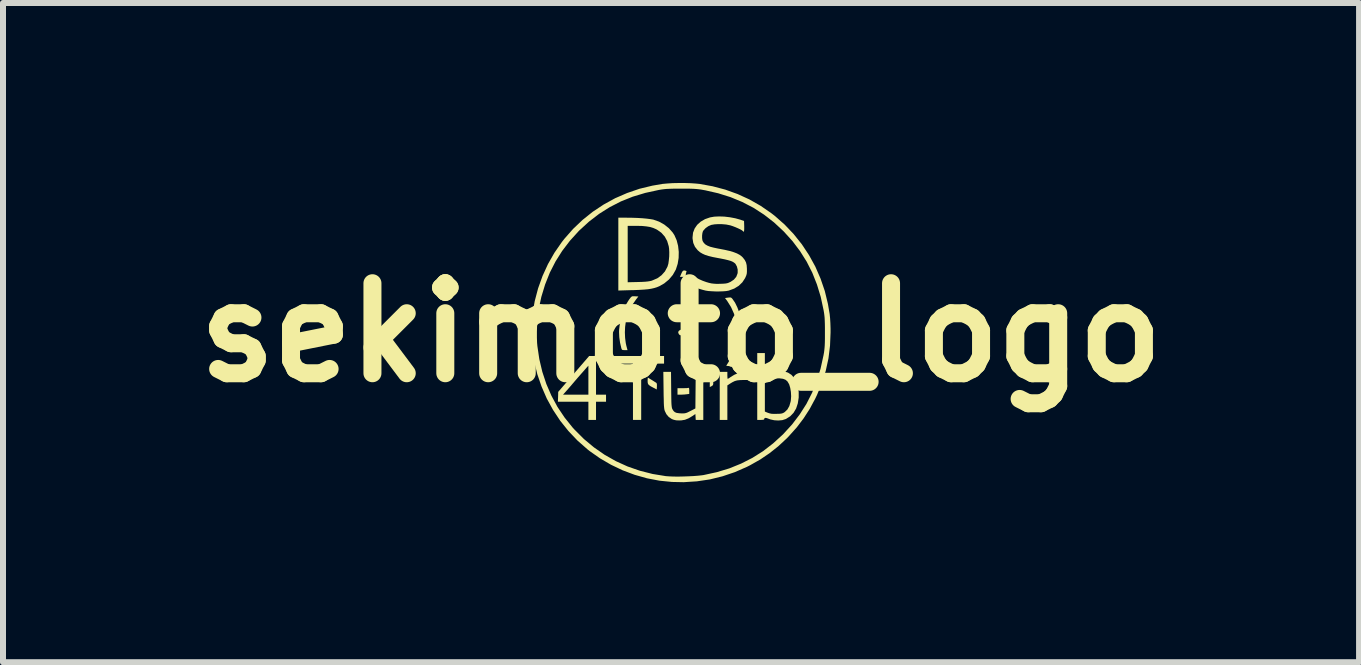
<source format=kicad_pcb>
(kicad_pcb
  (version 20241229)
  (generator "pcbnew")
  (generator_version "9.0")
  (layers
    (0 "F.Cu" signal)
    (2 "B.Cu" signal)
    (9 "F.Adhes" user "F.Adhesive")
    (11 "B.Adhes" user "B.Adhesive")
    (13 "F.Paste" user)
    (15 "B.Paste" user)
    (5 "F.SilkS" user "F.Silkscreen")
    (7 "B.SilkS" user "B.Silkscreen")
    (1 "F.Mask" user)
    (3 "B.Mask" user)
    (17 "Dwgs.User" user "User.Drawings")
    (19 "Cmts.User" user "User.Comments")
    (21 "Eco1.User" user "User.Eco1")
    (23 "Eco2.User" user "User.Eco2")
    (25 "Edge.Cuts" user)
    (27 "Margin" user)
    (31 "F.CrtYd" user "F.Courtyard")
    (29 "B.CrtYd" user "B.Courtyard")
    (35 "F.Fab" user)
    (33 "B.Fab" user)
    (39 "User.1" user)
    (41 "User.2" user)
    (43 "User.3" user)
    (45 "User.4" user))
  (footprint "sekimoto_logo"
    (layer "F.Cu")
    (at 8.3 2.492)
    (property "Reference" "sekimoto_logo" (at 0 0 0) (layer "F.SilkS") (effects (font (size 1.5 1.5) (thickness 0.3))))
    (attr board_only exclude_from_pos_files exclude_from_bom)
    (fp_poly (pts (xy 0.019 -0.043) (xy 0.033 -0.031) (xy 0.047 -0.005) (xy 0.043 0.019) (xy 0.031 0.033) (xy 0.005 0.047) (xy -0.019 0.043) (xy -0.033 0.031) (xy -0.047 0.005) (xy -0.043 -0.019) (xy -0.031 -0.033) (xy -0.005 -0.047)) (stroke (width 0) (type solid)) (fill yes) (layer "F.SilkS"))
    (fp_poly (pts (xy 0.537 0.82) (xy 0.537 0.853) (xy 0.533 0.873) (xy 0.524 0.884) (xy 0.508 0.894) (xy 0.479 0.909) (xy 0.479 0.852) (xy 0.48 0.82) (xy 0.484 0.8) (xy 0.494 0.788) (xy 0.508 0.778) (xy 0.537 0.761)) (stroke (width 0) (type solid)) (fill yes) (layer "F.SilkS"))
    (fp_poly (pts (xy 0.074 -1.031) (xy 0.09 -1.025) (xy 0.091 -1.013) (xy 0.088 -1.007) (xy 0.081 -0.983) (xy 0.078 -0.958) (xy 0.077 -0.94) (xy 0.071 -0.931) (xy 0.053 -0.928) (xy 0.03 -0.928) (xy -0.018 -0.928) (xy 0.003 -0.978) (xy 0.019 -1.012) (xy 0.034 -1.03) (xy 0.052 -1.035)) (stroke (width 0) (type solid)) (fill yes) (layer "F.SilkS"))
    (fp_poly (pts (xy -0.283 0.454) (xy -0.283 0.518) (xy -0.474 0.518) (xy -0.664 0.518) (xy -0.664 0.987) (xy -0.664 1.456) (xy -0.733 1.456) (xy -0.801 1.456) (xy -0.801 0.987) (xy -0.801 0.518) (xy -0.992 0.518) (xy -1.182 0.518) (xy -1.182 0.454) (xy -1.182 0.391) (xy -0.733 0.391) (xy -0.283 0.391)) (stroke (width 0) (type solid)) (fill yes) (layer "F.SilkS"))
    (fp_poly (pts (xy 0.135 0.932) (xy 0.137 0.956) (xy 0.137 0.97) (xy 0.137 1.023) (xy 0.091 1.029) (xy 0.053 1.033) (xy 0.01 1.035) (xy -0.006 1.036) (xy -0.059 1.036) (xy -0.059 0.982) (xy -0.059 0.928) (xy 0.024 0.928) (xy 0.063 0.927) (xy 0.097 0.926) (xy 0.118 0.923) (xy 0.121 0.922) (xy 0.13 0.922)) (stroke (width 0) (type solid)) (fill yes) (layer "F.SilkS"))
    (fp_poly (pts (xy -0.542 0.757) (xy -0.521 0.77) (xy -0.492 0.788) (xy -0.49 0.789) (xy -0.458 0.809) (xy -0.432 0.826) (xy -0.416 0.835) (xy -0.406 0.846) (xy -0.402 0.866) (xy -0.402 0.897) (xy -0.405 0.949) (xy -0.464 0.918) (xy -0.505 0.896) (xy -0.532 0.877) (xy -0.548 0.86) (xy -0.555 0.839) (xy -0.557 0.811) (xy -0.557 0.804) (xy -0.556 0.775) (xy -0.554 0.757) (xy -0.552 0.752)) (stroke (width 0) (type solid)) (fill yes) (layer "F.SilkS"))
    (fp_poly (pts (xy 0.772 0.713) (xy 0.773 0.744) (xy 0.775 0.765) (xy 0.777 0.772) (xy 0.788 0.767) (xy 0.809 0.754) (xy 0.826 0.742) (xy 0.886 0.705) (xy 0.94 0.681) (xy 0.997 0.668) (xy 1.062 0.663) (xy 1.092 0.663) (xy 1.133 0.664) (xy 1.133 0.728) (xy 1.133 0.791) (xy 1.035 0.791) (xy 0.978 0.793) (xy 0.934 0.798) (xy 0.895 0.809) (xy 0.856 0.828) (xy 0.818 0.851) (xy 0.772 0.881) (xy 0.772 1.168) (xy 0.772 1.456) (xy 0.708 1.456) (xy 0.645 1.456) (xy 0.645 1.055) (xy 0.645 0.655) (xy 0.708 0.655) (xy 0.772 0.655)) (stroke (width 0) (type solid)) (fill yes) (layer "F.SilkS"))
    (fp_poly (pts (xy -0.767 -0.604) (xy -0.767 -0.604) (xy -0.711 -0.601) (xy -0.749 -0.552) (xy -0.816 -0.456) (xy -0.867 -0.354) (xy -0.905 -0.242) (xy -0.921 -0.176) (xy -0.932 -0.094) (xy -0.936 -0.003) (xy -0.932 0.09) (xy -0.921 0.176) (xy -0.911 0.222) (xy -0.892 0.293) (xy -0.939 0.293) (xy -0.967 0.292) (xy -0.983 0.287) (xy -0.991 0.273) (xy -0.996 0.256) (xy -1.016 0.17) (xy -1.029 0.079) (xy -1.033 -0.007) (xy -1.032 -0.044) (xy -1.022 -0.128) (xy -1.004 -0.218) (xy -0.979 -0.308) (xy -0.949 -0.392) (xy -0.916 -0.467) (xy -0.886 -0.518) (xy -0.86 -0.557) (xy -0.841 -0.582) (xy -0.826 -0.597) (xy -0.811 -0.604) (xy -0.793 -0.605)) (stroke (width 0) (type solid)) (fill yes) (layer "F.SilkS"))
    (fp_poly (pts (xy 0.832 -0.583) (xy 0.846 -0.573) (xy 0.857 -0.56) (xy 0.9 -0.498) (xy 0.938 -0.42) (xy 0.972 -0.331) (xy 1 -0.237) (xy 1.02 -0.141) (xy 1.031 -0.048) (xy 1.032 0.038) (xy 1.032 0.044) (xy 1.022 0.131) (xy 1.003 0.223) (xy 0.977 0.315) (xy 0.946 0.402) (xy 0.91 0.478) (xy 0.885 0.521) (xy 0.864 0.552) (xy 0.85 0.569) (xy 0.839 0.574) (xy 0.828 0.571) (xy 0.821 0.567) (xy 0.8 0.559) (xy 0.778 0.557) (xy 0.759 0.556) (xy 0.756 0.549) (xy 0.765 0.535) (xy 0.834 0.422) (xy 0.885 0.306) (xy 0.919 0.182) (xy 0.919 0.181) (xy 0.936 0.057) (xy 0.935 -0.069) (xy 0.917 -0.193) (xy 0.883 -0.313) (xy 0.833 -0.425) (xy 0.769 -0.527) (xy 0.76 -0.539) (xy 0.733 -0.575) (xy 0.783 -0.582) (xy 0.814 -0.585)) (stroke (width 0) (type solid)) (fill yes) (layer "F.SilkS"))
    (fp_poly (pts (xy -1.417 0.713) (xy -1.417 1.036) (xy -1.333 1.036) (xy -1.25 1.036) (xy -1.25 1.094) (xy -1.25 1.153) (xy -1.333 1.153) (xy -1.417 1.153) (xy -1.417 1.304) (xy -1.417 1.456) (xy -1.48 1.456) (xy -1.544 1.456) (xy -1.544 1.304) (xy -1.544 1.153) (xy -1.798 1.153) (xy -2.052 1.153) (xy -2.049 1.071) (xy -2.048 1.036) (xy -1.967 1.036) (xy -1.755 1.036) (xy -1.544 1.036) (xy -1.544 0.794) (xy -1.544 0.552) (xy -1.567 0.577) (xy -1.579 0.591) (xy -1.602 0.617) (xy -1.634 0.654) (xy -1.673 0.698) (xy -1.717 0.748) (xy -1.754 0.791) (xy -1.8 0.845) (xy -1.842 0.894) (xy -1.88 0.938) (xy -1.911 0.973) (xy -1.933 0.998) (xy -1.943 1.009) (xy -1.967 1.036) (xy -2.048 1.036) (xy -2.047 0.989) (xy -1.789 0.69) (xy -1.531 0.391) (xy -1.474 0.391) (xy -1.417 0.391)) (stroke (width 0) (type solid)) (fill yes) (layer "F.SilkS"))
    (fp_poly (pts (xy -0.164 0.95) (xy -0.163 1.036) (xy -0.162 1.105) (xy -0.161 1.158) (xy -0.159 1.199) (xy -0.156 1.229) (xy -0.153 1.25) (xy -0.149 1.265) (xy -0.145 1.275) (xy -0.125 1.307) (xy -0.103 1.327) (xy -0.074 1.339) (xy -0.033 1.345) (xy -0.006 1.347) (xy 0.032 1.348) (xy 0.06 1.346) (xy 0.084 1.341) (xy 0.112 1.33) (xy 0.149 1.311) (xy 0.156 1.308) (xy 0.239 1.265) (xy 0.242 0.96) (xy 0.245 0.655) (xy 0.308 0.655) (xy 0.371 0.655) (xy 0.371 1.055) (xy 0.371 1.456) (xy 0.308 1.456) (xy 0.245 1.456) (xy 0.242 1.407) (xy 0.239 1.358) (xy 0.186 1.394) (xy 0.123 1.431) (xy 0.065 1.454) (xy 0.004 1.464) (xy -0.032 1.465) (xy -0.081 1.463) (xy -0.121 1.454) (xy -0.153 1.442) (xy -0.204 1.408) (xy -0.244 1.361) (xy -0.27 1.308) (xy -0.275 1.293) (xy -0.279 1.275) (xy -0.282 1.25) (xy -0.285 1.217) (xy -0.287 1.173) (xy -0.288 1.117) (xy -0.29 1.046) (xy -0.291 0.96) (xy -0.295 0.655) (xy -0.231 0.655) (xy -0.167 0.655)) (stroke (width 0) (type solid)) (fill yes) (layer "F.SilkS"))
    (fp_poly (pts (xy -0.916 -1.914) (xy -0.822 -1.913) (xy -0.731 -1.91) (xy -0.646 -1.905) (xy -0.571 -1.898) (xy -0.509 -1.89) (xy -0.463 -1.882) (xy -0.459 -1.881) (xy -0.366 -1.848) (xy -0.28 -1.8) (xy -0.203 -1.739) (xy -0.14 -1.668) (xy -0.11 -1.622) (xy -0.073 -1.538) (xy -0.049 -1.444) (xy -0.038 -1.344) (xy -0.04 -1.243) (xy -0.056 -1.145) (xy -0.085 -1.054) (xy -0.088 -1.047) (xy -0.137 -0.96) (xy -0.202 -0.883) (xy -0.281 -0.818) (xy -0.362 -0.772) (xy -0.403 -0.755) (xy -0.445 -0.742) (xy -0.492 -0.731) (xy -0.548 -0.722) (xy -0.613 -0.716) (xy -0.693 -0.711) (xy -0.788 -0.707) (xy -0.812 -0.707) (xy -1.045 -0.7) (xy -1.045 -1.308) (xy -1.045 -1.308) (xy -0.889 -1.308) (xy -0.889 -0.838) (xy -0.716 -0.842) (xy -0.648 -0.844) (xy -0.596 -0.847) (xy -0.556 -0.851) (xy -0.524 -0.856) (xy -0.495 -0.862) (xy -0.479 -0.868) (xy -0.395 -0.904) (xy -0.325 -0.955) (xy -0.268 -1.019) (xy -0.227 -1.096) (xy -0.224 -1.104) (xy -0.211 -1.148) (xy -0.203 -1.206) (xy -0.197 -1.271) (xy -0.196 -1.337) (xy -0.199 -1.398) (xy -0.205 -1.438) (xy -0.231 -1.525) (xy -0.272 -1.6) (xy -0.328 -1.663) (xy -0.399 -1.713) (xy -0.413 -1.721) (xy -0.463 -1.743) (xy -0.516 -1.759) (xy -0.577 -1.769) (xy -0.648 -1.776) (xy -0.734 -1.778) (xy -0.745 -1.778) (xy -0.889 -1.778) (xy -0.889 -1.308) (xy -1.045 -1.308) (xy -1.045 -1.915)) (stroke (width 0) (type solid)) (fill yes) (layer "F.SilkS"))
    (fp_poly (pts (xy 1.397 0.542) (xy 1.397 0.602) (xy 1.398 0.655) (xy 1.399 0.698) (xy 1.4 0.728) (xy 1.402 0.742) (xy 1.402 0.742) (xy 1.412 0.737) (xy 1.432 0.724) (xy 1.447 0.713) (xy 1.511 0.677) (xy 1.582 0.653) (xy 1.655 0.644) (xy 1.724 0.649) (xy 1.783 0.668) (xy 1.84 0.705) (xy 1.887 0.758) (xy 1.924 0.824) (xy 1.948 0.902) (xy 1.961 0.991) (xy 1.961 1.084) (xy 1.946 1.181) (xy 1.918 1.266) (xy 1.875 1.338) (xy 1.819 1.396) (xy 1.749 1.44) (xy 1.744 1.442) (xy 1.688 1.46) (xy 1.622 1.466) (xy 1.554 1.462) (xy 1.489 1.448) (xy 1.47 1.441) (xy 1.43 1.426) (xy 1.404 1.422) (xy 1.39 1.428) (xy 1.387 1.441) (xy 1.383 1.449) (xy 1.368 1.454) (xy 1.338 1.456) (xy 1.329 1.456) (xy 1.27 1.456) (xy 1.27 0.899) (xy 1.27 0.845) (xy 1.397 0.845) (xy 1.397 1.081) (xy 1.397 1.317) (xy 1.448 1.338) (xy 1.479 1.348) (xy 1.51 1.354) (xy 1.55 1.356) (xy 1.594 1.355) (xy 1.639 1.354) (xy 1.67 1.351) (xy 1.692 1.345) (xy 1.712 1.336) (xy 1.73 1.324) (xy 1.773 1.282) (xy 1.805 1.225) (xy 1.826 1.153) (xy 1.83 1.13) (xy 1.835 1.061) (xy 1.831 0.99) (xy 1.82 0.923) (xy 1.803 0.866) (xy 1.798 0.856) (xy 1.773 0.814) (xy 1.741 0.787) (xy 1.7 0.771) (xy 1.645 0.764) (xy 1.643 0.763) (xy 1.584 0.765) (xy 1.53 0.776) (xy 1.475 0.799) (xy 1.439 0.82) (xy 1.397 0.845) (xy 1.27 0.845) (xy 1.27 0.342) (xy 1.333 0.342) (xy 1.397 0.342)) (stroke (width 0) (type solid)) (fill yes) (layer "F.SilkS"))
    (fp_poly (pts (xy 0.723 -1.932) (xy 0.815 -1.921) (xy 0.905 -1.904) (xy 0.988 -1.881) (xy 0.996 -1.878) (xy 1.05 -1.859) (xy 1.053 -1.77) (xy 1.053 -1.721) (xy 1.05 -1.69) (xy 1.043 -1.679) (xy 1.033 -1.687) (xy 1.031 -1.69) (xy 1.016 -1.703) (xy 0.988 -1.719) (xy 0.95 -1.737) (xy 0.906 -1.756) (xy 0.862 -1.773) (xy 0.822 -1.786) (xy 0.813 -1.788) (xy 0.754 -1.8) (xy 0.687 -1.806) (xy 0.619 -1.807) (xy 0.557 -1.803) (xy 0.506 -1.794) (xy 0.502 -1.793) (xy 0.454 -1.772) (xy 0.409 -1.74) (xy 0.375 -1.703) (xy 0.365 -1.688) (xy 0.356 -1.658) (xy 0.351 -1.617) (xy 0.351 -1.575) (xy 0.356 -1.538) (xy 0.362 -1.522) (xy 0.381 -1.492) (xy 0.406 -1.468) (xy 0.44 -1.448) (xy 0.485 -1.43) (xy 0.544 -1.415) (xy 0.619 -1.399) (xy 0.631 -1.397) (xy 0.73 -1.378) (xy 0.812 -1.359) (xy 0.879 -1.339) (xy 0.933 -1.318) (xy 0.976 -1.295) (xy 1.011 -1.269) (xy 1.031 -1.249) (xy 1.062 -1.209) (xy 1.083 -1.168) (xy 1.094 -1.121) (xy 1.098 -1.061) (xy 1.098 -1.055) (xy 1.098 -1.011) (xy 1.095 -0.979) (xy 1.087 -0.951) (xy 1.073 -0.919) (xy 1.067 -0.906) (xy 1.022 -0.837) (xy 0.962 -0.779) (xy 0.887 -0.733) (xy 0.798 -0.7) (xy 0.79 -0.698) (xy 0.752 -0.691) (xy 0.7 -0.687) (xy 0.639 -0.685) (xy 0.574 -0.685) (xy 0.511 -0.688) (xy 0.454 -0.692) (xy 0.41 -0.699) (xy 0.367 -0.71) (xy 0.321 -0.723) (xy 0.276 -0.738) (xy 0.237 -0.752) (xy 0.207 -0.765) (xy 0.191 -0.775) (xy 0.189 -0.777) (xy 0.187 -0.791) (xy 0.187 -0.82) (xy 0.187 -0.857) (xy 0.188 -0.874) (xy 0.191 -0.959) (xy 0.217 -0.939) (xy 0.254 -0.914) (xy 0.305 -0.887) (xy 0.362 -0.862) (xy 0.421 -0.841) (xy 0.462 -0.829) (xy 0.505 -0.819) (xy 0.547 -0.814) (xy 0.595 -0.811) (xy 0.654 -0.812) (xy 0.705 -0.814) (xy 0.742 -0.817) (xy 0.769 -0.822) (xy 0.793 -0.83) (xy 0.819 -0.842) (xy 0.826 -0.845) (xy 0.881 -0.882) (xy 0.92 -0.928) (xy 0.941 -0.982) (xy 0.944 -0.997) (xy 0.944 -1.05) (xy 0.931 -1.101) (xy 0.908 -1.143) (xy 0.898 -1.154) (xy 0.878 -1.169) (xy 0.854 -1.183) (xy 0.823 -1.195) (xy 0.781 -1.207) (xy 0.727 -1.22) (xy 0.657 -1.234) (xy 0.619 -1.241) (xy 0.531 -1.258) (xy 0.461 -1.275) (xy 0.403 -1.293) (xy 0.357 -1.314) (xy 0.318 -1.337) (xy 0.285 -1.365) (xy 0.277 -1.372) (xy 0.232 -1.429) (xy 0.204 -1.493) (xy 0.192 -1.567) (xy 0.192 -1.587) (xy 0.2 -1.664) (xy 0.227 -1.734) (xy 0.269 -1.795) (xy 0.328 -1.848) (xy 0.4 -1.89) (xy 0.484 -1.919) (xy 0.552 -1.931) (xy 0.634 -1.935)) (stroke (width 0) (type solid)) (fill yes) (layer "F.SilkS"))
    (fp_poly (pts (xy 0.061 -2.492) (xy 0.159 -2.489) (xy 0.247 -2.483) (xy 0.308 -2.477) (xy 0.525 -2.438) (xy 0.737 -2.382) (xy 0.943 -2.308) (xy 1.14 -2.218) (xy 1.328 -2.111) (xy 1.506 -1.988) (xy 1.56 -1.946) (xy 1.726 -1.8) (xy 1.877 -1.641) (xy 2.013 -1.471) (xy 2.133 -1.29) (xy 2.238 -1.099) (xy 2.325 -0.899) (xy 2.396 -0.692) (xy 2.448 -0.477) (xy 2.477 -0.308) (xy 2.484 -0.239) (xy 2.489 -0.156) (xy 2.492 -0.063) (xy 2.492 0) (xy 2.483 0.219) (xy 2.457 0.431) (xy 2.412 0.637) (xy 2.349 0.838) (xy 2.268 1.036) (xy 2.238 1.099) (xy 2.145 1.272) (xy 2.043 1.43) (xy 1.931 1.578) (xy 1.803 1.721) (xy 1.763 1.763) (xy 1.621 1.895) (xy 1.475 2.011) (xy 1.32 2.116) (xy 1.152 2.211) (xy 1.099 2.238) (xy 0.898 2.326) (xy 0.691 2.396) (xy 0.48 2.448) (xy 0.263 2.48) (xy 0.043 2.494) (xy -0.151 2.49) (xy -0.36 2.469) (xy -0.568 2.429) (xy -0.773 2.371) (xy -0.973 2.296) (xy -1.166 2.204) (xy -1.351 2.096) (xy -1.525 1.974) (xy -1.56 1.946) (xy -1.726 1.8) (xy -1.877 1.641) (xy -2.013 1.471) (xy -2.133 1.29) (xy -2.238 1.099) (xy -2.325 0.899) (xy -2.396 0.692) (xy -2.448 0.477) (xy -2.477 0.308) (xy -2.484 0.23) (xy -2.49 0.139) (xy -2.492 0.04) (xy -2.492 -0.013) (xy -2.402 -0.013) (xy -2.402 0.084) (xy -2.399 0.172) (xy -2.394 0.226) (xy -2.362 0.443) (xy -2.312 0.654) (xy -2.245 0.857) (xy -2.16 1.053) (xy -2.059 1.24) (xy -1.941 1.416) (xy -1.808 1.582) (xy -1.774 1.619) (xy -1.618 1.775) (xy -1.451 1.914) (xy -1.274 2.037) (xy -1.087 2.143) (xy -0.891 2.232) (xy -0.687 2.303) (xy -0.474 2.357) (xy -0.254 2.393) (xy -0.199 2.397) (xy -0.129 2.4) (xy -0.049 2.401) (xy 0.037 2.399) (xy 0.124 2.396) (xy 0.208 2.392) (xy 0.284 2.386) (xy 0.348 2.379) (xy 0.376 2.375) (xy 0.596 2.327) (xy 0.805 2.264) (xy 1.002 2.184) (xy 1.189 2.089) (xy 1.367 1.977) (xy 1.534 1.848) (xy 1.693 1.703) (xy 1.707 1.689) (xy 1.852 1.53) (xy 1.979 1.363) (xy 2.09 1.189) (xy 2.184 1.004) (xy 2.262 0.81) (xy 2.325 0.604) (xy 2.373 0.386) (xy 2.375 0.376) (xy 2.383 0.333) (xy 2.388 0.294) (xy 2.392 0.254) (xy 2.395 0.211) (xy 2.397 0.16) (xy 2.398 0.098) (xy 2.398 0.021) (xy 2.398 0) (xy 2.398 -0.081) (xy 2.397 -0.146) (xy 2.395 -0.2) (xy 2.393 -0.245) (xy 2.389 -0.285) (xy 2.384 -0.324) (xy 2.377 -0.366) (xy 2.375 -0.376) (xy 2.328 -0.595) (xy 2.265 -0.801) (xy 2.188 -0.996) (xy 2.094 -1.181) (xy 1.984 -1.356) (xy 1.858 -1.523) (xy 1.714 -1.682) (xy 1.707 -1.689) (xy 1.549 -1.836) (xy 1.383 -1.965) (xy 1.207 -2.079) (xy 1.022 -2.175) (xy 0.826 -2.256) (xy 0.619 -2.321) (xy 0.4 -2.371) (xy 0.376 -2.375) (xy 0.333 -2.383) (xy 0.294 -2.388) (xy 0.254 -2.392) (xy 0.211 -2.395) (xy 0.16 -2.397) (xy 0.098 -2.398) (xy 0.021 -2.398) (xy 0 -2.398) (xy -0.081 -2.398) (xy -0.146 -2.397) (xy -0.2 -2.395) (xy -0.245 -2.393) (xy -0.285 -2.389) (xy -0.324 -2.384) (xy -0.366 -2.377) (xy -0.376 -2.375) (xy -0.596 -2.327) (xy -0.805 -2.264) (xy -1.002 -2.185) (xy -1.189 -2.089) (xy -1.365 -1.978) (xy -1.532 -1.85) (xy -1.691 -1.705) (xy -1.707 -1.689) (xy -1.853 -1.528) (xy -1.981 -1.36) (xy -2.092 -1.184) (xy -2.187 -0.998) (xy -2.265 -0.802) (xy -2.328 -0.595) (xy -2.375 -0.377) (xy -2.375 -0.376) (xy -2.385 -0.3) (xy -2.393 -0.211) (xy -2.399 -0.113) (xy -2.402 -0.013) (xy -2.492 -0.013) (xy -2.492 -0.061) (xy -2.489 -0.159) (xy -2.483 -0.247) (xy -2.477 -0.308) (xy -2.438 -0.525) (xy -2.382 -0.737) (xy -2.308 -0.943) (xy -2.218 -1.14) (xy -2.111 -1.328) (xy -1.988 -1.506) (xy -1.946 -1.56) (xy -1.8 -1.726) (xy -1.641 -1.877) (xy -1.471 -2.013) (xy -1.29 -2.133) (xy -1.099 -2.238) (xy -0.899 -2.325) (xy -0.692 -2.396) (xy -0.477 -2.448) (xy -0.308 -2.477) (xy -0.23 -2.484) (xy -0.139 -2.49) (xy -0.04 -2.492)) (stroke (width 0) (type solid)) (fill yes) (layer "F.SilkS")))
  (gr_rect
    (start -3 -3)
    (end 19.6 7.986)
    (stroke (width 0.1) (type default))
    (fill no)
    (layer "Edge.Cuts")))
</source>
